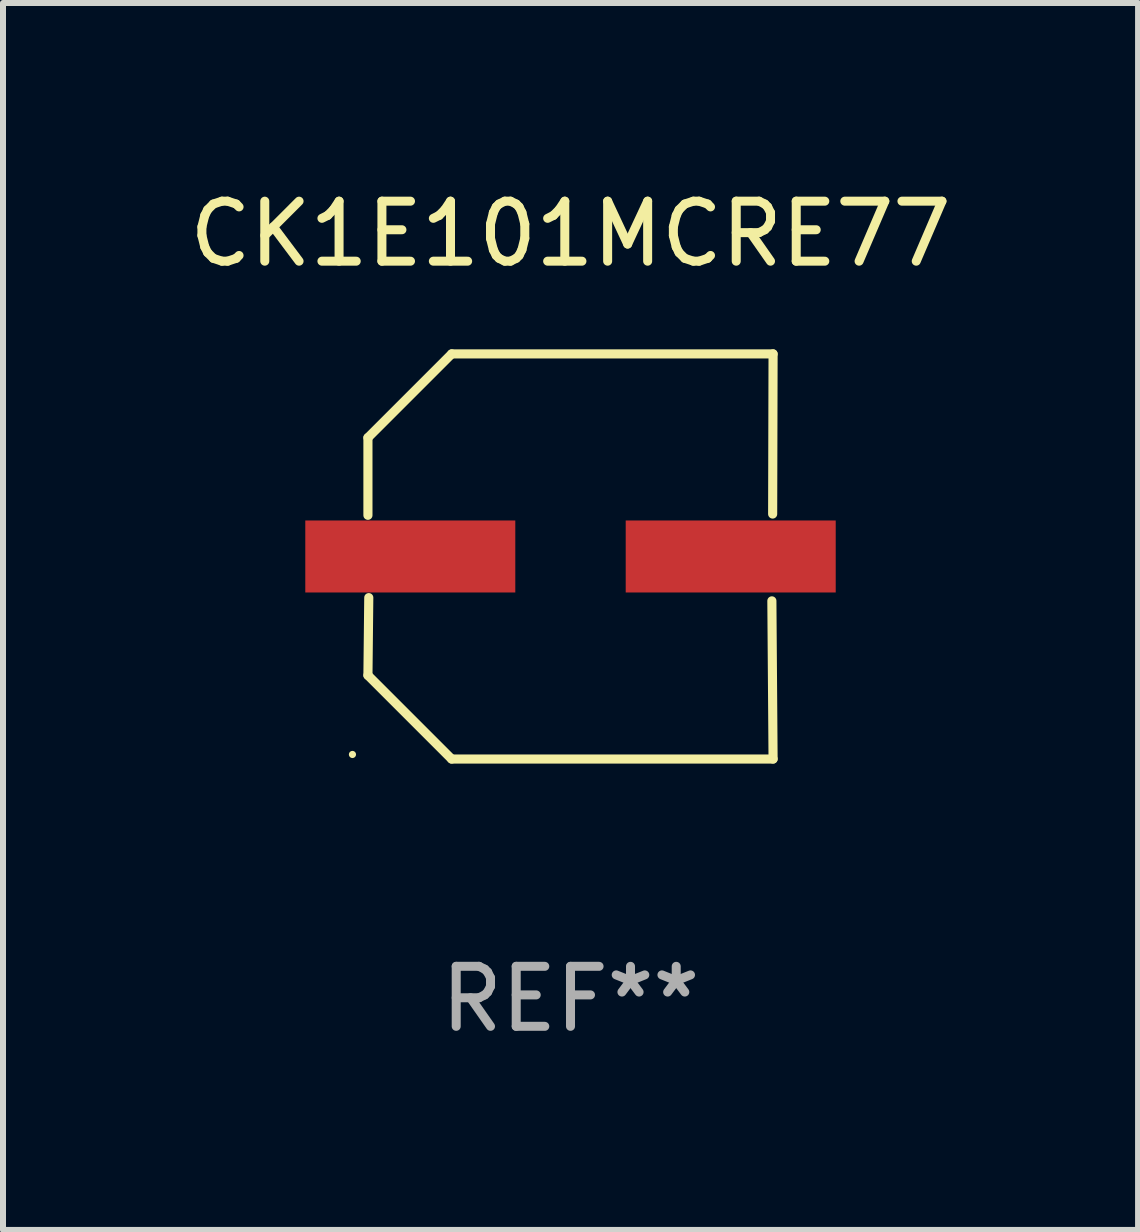
<source format=kicad_pcb>
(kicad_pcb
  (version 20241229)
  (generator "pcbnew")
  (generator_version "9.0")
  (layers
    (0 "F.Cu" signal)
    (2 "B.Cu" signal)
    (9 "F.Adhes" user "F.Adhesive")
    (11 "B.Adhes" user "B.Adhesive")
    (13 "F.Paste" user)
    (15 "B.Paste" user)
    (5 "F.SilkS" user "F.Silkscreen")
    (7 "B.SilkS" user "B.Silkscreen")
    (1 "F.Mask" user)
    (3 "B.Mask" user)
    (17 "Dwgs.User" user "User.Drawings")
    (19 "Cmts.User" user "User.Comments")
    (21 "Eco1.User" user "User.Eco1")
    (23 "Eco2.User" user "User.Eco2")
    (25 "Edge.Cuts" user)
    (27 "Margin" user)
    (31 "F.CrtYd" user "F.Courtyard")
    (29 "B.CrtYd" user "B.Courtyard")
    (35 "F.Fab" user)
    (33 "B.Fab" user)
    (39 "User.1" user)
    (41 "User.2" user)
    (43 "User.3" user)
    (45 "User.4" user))
  (footprint "CK1E101MCRE77"
    (layer "F.Cu")
    (at 6.458 6.224)
    (property "Reference" "CK1E101MCRE77" (at 0 -5.376 0) (layer "F.SilkS") (effects (font (size 1 1) (thickness 0.15))))
    (attr through_hole)
    (fp_line (start -3.376 -1.98) (end -3.376 -0.686) (stroke (width 0.152) (type solid)) (layer "F.SilkS"))
    (fp_line (start -3.376 1.981) (end -3.362 0.686) (stroke (width 0.152) (type solid)) (layer "F.SilkS"))
    (fp_line (start -1.981 3.376) (end -3.376 1.981) (stroke (width 0.152) (type solid)) (layer "F.SilkS"))
    (fp_line (start -1.98 -3.376) (end -3.376 -1.98) (stroke (width 0.152) (type solid)) (layer "F.SilkS"))
    (fp_line (start 3.356 0.74) (end 3.376 3.376) (stroke (width 0.152) (type solid)) (layer "F.SilkS"))
    (fp_line (start 3.369 -0.707) (end 3.376 -3.376) (stroke (width 0.152) (type solid)) (layer "F.SilkS"))
    (fp_line (start 3.376 3.376) (end -1.981 3.376) (stroke (width 0.152) (type solid)) (layer "F.SilkS"))
    (fp_line (start 3.376 -3.376) (end -1.98 -3.376) (stroke (width 0.152) (type solid)) (layer "F.SilkS"))
    (fp_circle (center -3.634 3.3) (end -3.604 3.3) (stroke (width 0.06) (type solid)) (fill no) (layer "F.SilkS"))
    (fp_text user "REF**" (at 0 7.376 0) (layer "F.Fab") (effects (font (size 1 1) (thickness 0.15))))
    (pad "1" smd rect (at -2.67 0.000254) (size 3.5 1.2) (layers "F.Cu" "F.Mask" "F.Paste"))
    (pad "2" smd rect (at 2.67 0.000254) (size 3.5 1.2) (layers "F.Cu" "F.Mask" "F.Paste")))
  (gr_rect
    (start -3 -3)
    (end 15.917 17.448)
    (stroke (width 0.1) (type default))
    (fill no)
    (layer "Edge.Cuts")))
</source>
